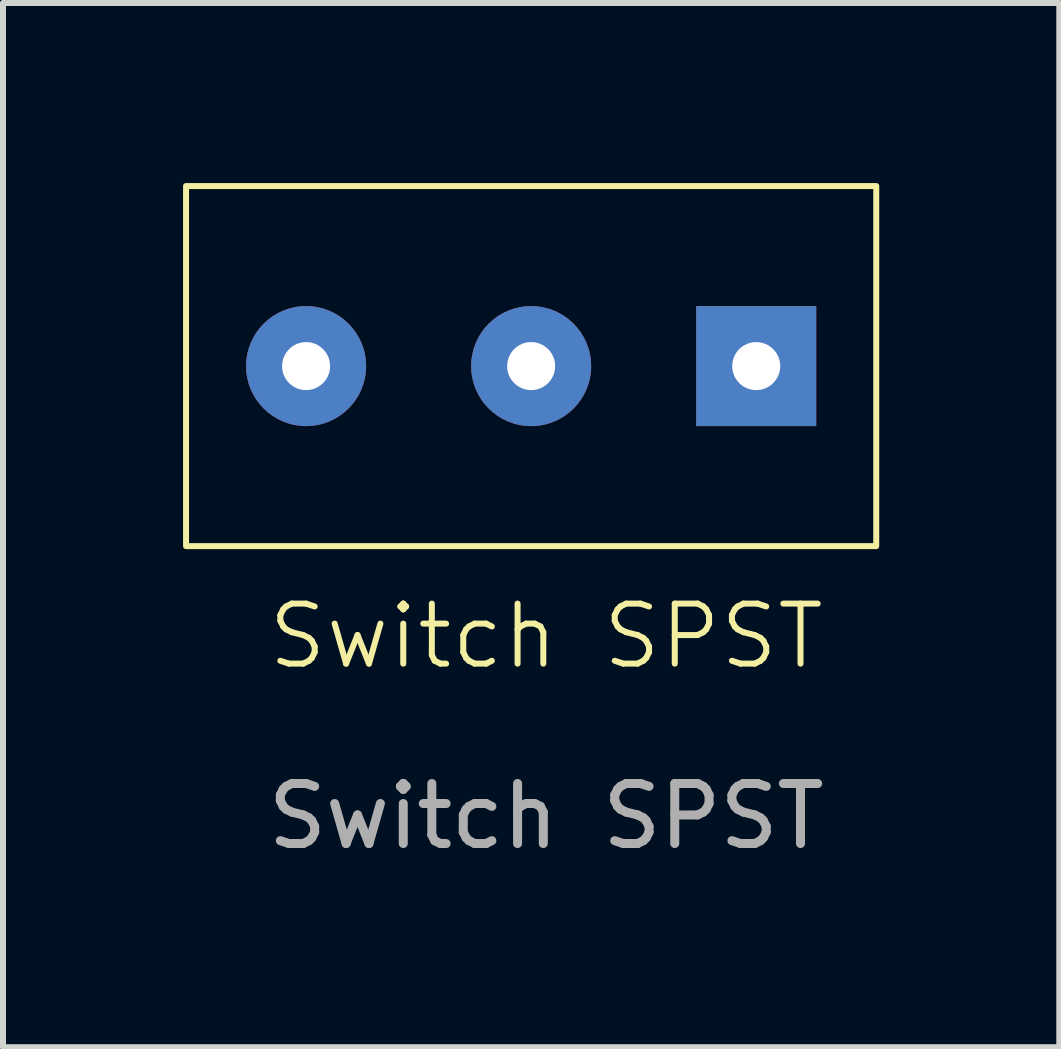
<source format=kicad_pcb>
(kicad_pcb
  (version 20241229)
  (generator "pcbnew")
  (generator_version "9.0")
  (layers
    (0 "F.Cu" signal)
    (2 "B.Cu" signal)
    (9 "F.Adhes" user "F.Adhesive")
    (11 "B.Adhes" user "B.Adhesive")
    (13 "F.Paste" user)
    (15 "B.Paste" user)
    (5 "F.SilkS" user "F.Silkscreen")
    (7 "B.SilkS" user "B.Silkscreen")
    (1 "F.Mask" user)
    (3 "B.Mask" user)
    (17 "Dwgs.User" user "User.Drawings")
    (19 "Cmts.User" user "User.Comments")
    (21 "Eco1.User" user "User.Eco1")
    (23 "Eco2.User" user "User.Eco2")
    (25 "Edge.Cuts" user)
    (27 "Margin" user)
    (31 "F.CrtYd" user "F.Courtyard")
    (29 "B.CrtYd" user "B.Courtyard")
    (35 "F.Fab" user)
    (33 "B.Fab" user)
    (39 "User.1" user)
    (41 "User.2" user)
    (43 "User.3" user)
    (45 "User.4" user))
  (footprint "Switch SPST"
    (layer "F.Cu")
    (at 6.05 8.05)
    (property "Reference" "Switch SPST" (at 0 -0.5 0) (unlocked yes) (layer "F.SilkS") (effects (font (size 1 1) (thickness 0.1))))
    (attr smd)
    (fp_rect (start -6 -8) (end 5.5 -2) (stroke (width 0.1) (type default)) (fill no) (layer "F.SilkS"))
    (fp_text user "${REFERENCE}" (at 0 2.5 0) (unlocked yes) (layer "F.Fab") (effects (font (size 1 1) (thickness 0.15))))
    (pad "1" thru_hole rect (at 3.5 -5) (size 2 2) (drill 0.8) (layers "*.Cu" "*.Mask"))
    (pad "2" thru_hole circle (at -0.25 -5) (size 2 2) (drill 0.8) (layers "*.Cu" "*.Mask"))
    (pad "3" thru_hole circle (at -4 -5) (size 2 2) (drill 0.8) (layers "*.Cu" "*.Mask")))
  (gr_rect
    (start -3 -3)
    (end 14.6 14.398)
    (stroke (width 0.1) (type default))
    (fill no)
    (layer "Edge.Cuts")))
</source>
